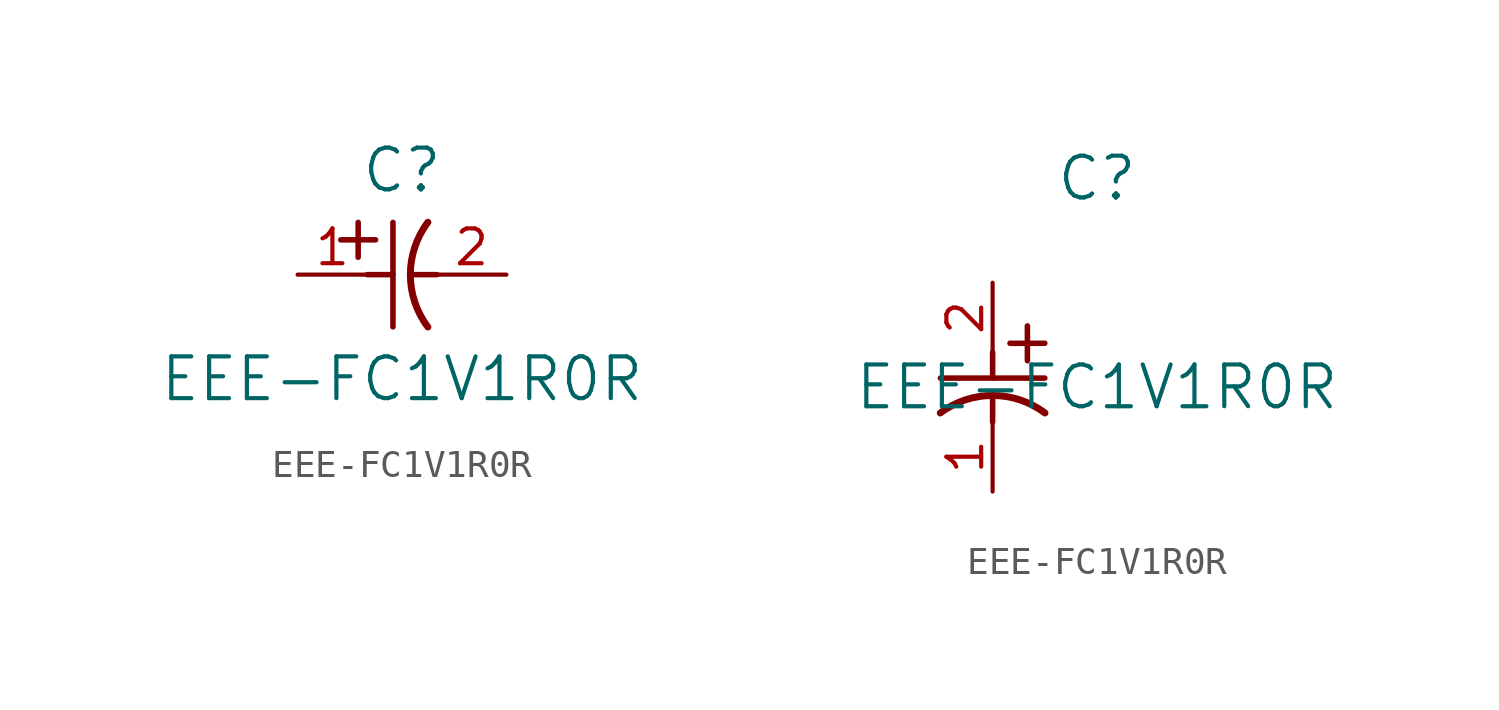
<source format=kicad_sym>
(kicad_symbol_lib
  (version 20211014)
  (generator kicad_symbol_editor)
  (symbol "EEE-FC1V1R0R"
    (pin_names
      (offset 0.254))
    (property "Reference" "C"
      (at 3.81 3.81 0)
      (effects (font (size 1.524 1.524))))
    (property "Value" "EEE-FC1V1R0R"
      (at 3.81 -3.81 0)
      (effects (font (size 1.524 1.524))))
    (symbol "EEE-FC1V1R0R_1_1"
      (polyline (pts (xy 2.21 0.635) (xy 2.21 1.905)) (stroke (width 0.203) (type default) (color 0 0 0 0)) (fill (type none)))
      (arc (start 4.754132 1.910763) (mid 4.1148 0) (end 4.754132 -1.910763) (stroke (width 0.254) (type default) (color 0 0 0 0)) (fill (type none)))
      (polyline (pts (xy 4.115 0) (xy 5.08 0)) (stroke (width 0.203) (type default) (color 0 0 0 0)) (fill (type none)))
      (polyline (pts (xy 3.48 -1.905) (xy 3.48 1.905)) (stroke (width 0.203) (type default) (color 0 0 0 0)) (fill (type none)))
      (polyline (pts (xy 1.575 1.27) (xy 2.845 1.27)) (stroke (width 0.203) (type default) (color 0 0 0 0)) (fill (type none)))
      (polyline (pts (xy 2.54 0) (xy 3.48 0)) (stroke (width 0.203) (type default) (color 0 0 0 0)) (fill (type none)))
      (pin unspecified line (at 0 0 0) (length 2.54) (name "" (effects (font (size 1.27 1.27)))) (number "1" (effects (font (size 1.27 1.27)))))
      (pin unspecified line (at 7.62 0 180) (length 2.54) (name "" (effects (font (size 1.27 1.27)))) (number "2" (effects (font (size 1.27 1.27))))))
    (symbol "EEE-FC1V1R0R_1_2"
      (polyline (pts (xy 0 -2.54) (xy 0 -3.48)) (stroke (width 0.203) (type default) (color 0 0 0 0)) (fill (type none)))
      (arc (start 1.910763 -4.754132) (mid 0 -4.1148) (end -1.910763 -4.754132) (stroke (width 0.254) (type default) (color 0 0 0 0)) (fill (type none)))
      (polyline (pts (xy -1.905 -3.48) (xy 1.905 -3.48)) (stroke (width 0.203) (type default) (color 0 0 0 0)) (fill (type none)))
      (polyline (pts (xy 0.635 -2.21) (xy 1.905 -2.21)) (stroke (width 0.203) (type default) (color 0 0 0 0)) (fill (type none)))
      (polyline (pts (xy 1.27 -1.575) (xy 1.27 -2.845)) (stroke (width 0.203) (type default) (color 0 0 0 0)) (fill (type none)))
      (polyline (pts (xy 0 -4.115) (xy 0 -5.08)) (stroke (width 0.203) (type default) (color 0 0 0 0)) (fill (type none)))
      (pin unspecified line (at 0 -7.62 90) (length 2.54) (name "" (effects (font (size 1.27 1.27)))) (number "1" (effects (font (size 1.27 1.27)))))
      (pin unspecified line (at 0 0 270) (length 2.54) (name "" (effects (font (size 1.27 1.27)))) (number "2" (effects (font (size 1.27 1.27))))))))
</source>
